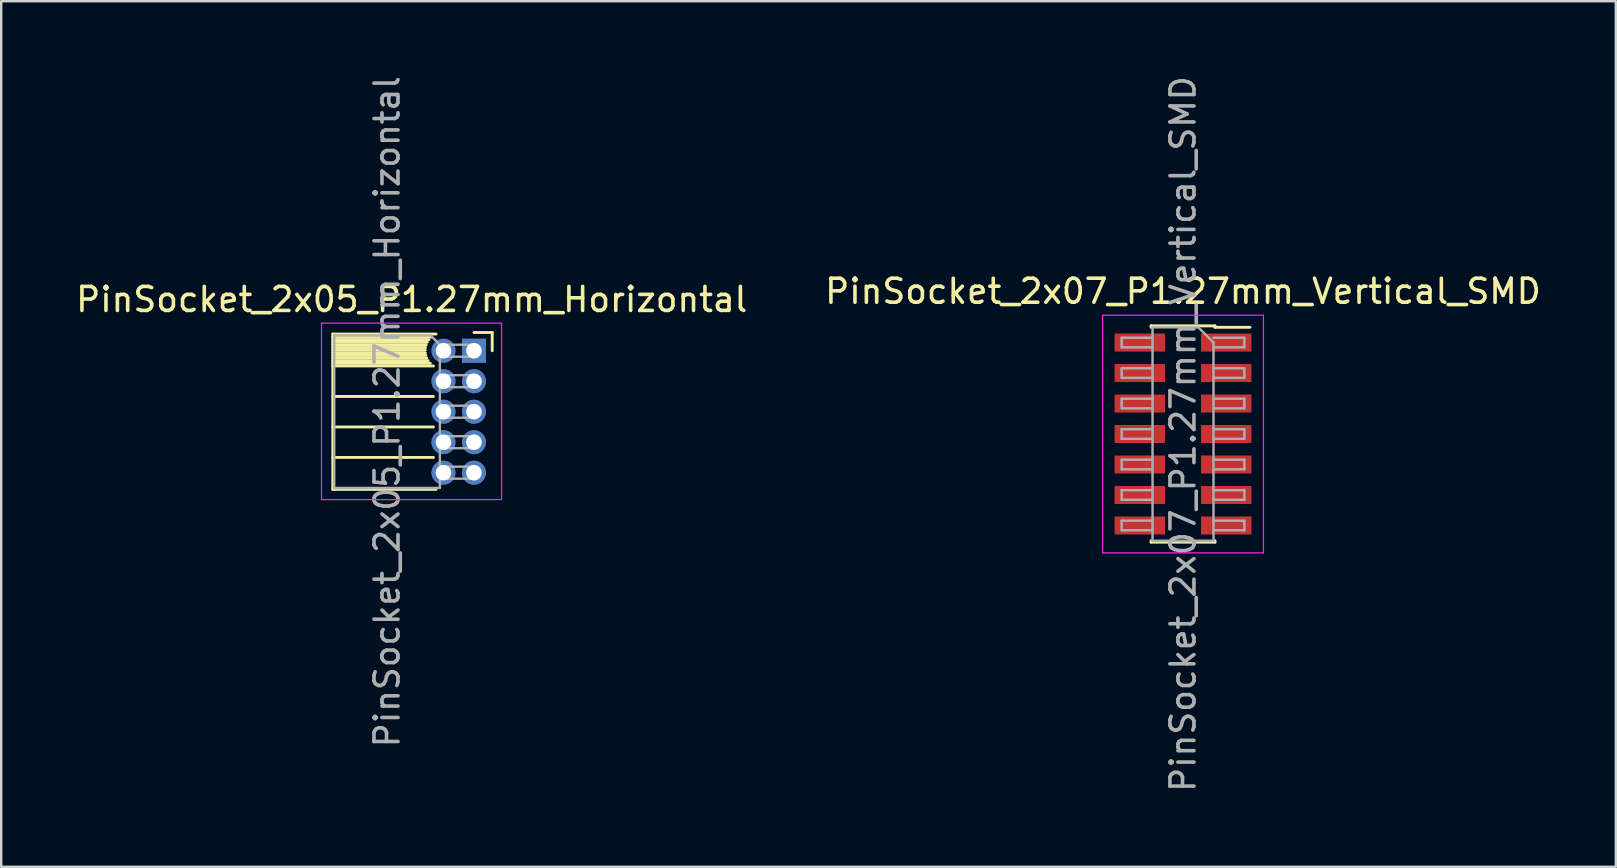
<source format=kicad_pcb>
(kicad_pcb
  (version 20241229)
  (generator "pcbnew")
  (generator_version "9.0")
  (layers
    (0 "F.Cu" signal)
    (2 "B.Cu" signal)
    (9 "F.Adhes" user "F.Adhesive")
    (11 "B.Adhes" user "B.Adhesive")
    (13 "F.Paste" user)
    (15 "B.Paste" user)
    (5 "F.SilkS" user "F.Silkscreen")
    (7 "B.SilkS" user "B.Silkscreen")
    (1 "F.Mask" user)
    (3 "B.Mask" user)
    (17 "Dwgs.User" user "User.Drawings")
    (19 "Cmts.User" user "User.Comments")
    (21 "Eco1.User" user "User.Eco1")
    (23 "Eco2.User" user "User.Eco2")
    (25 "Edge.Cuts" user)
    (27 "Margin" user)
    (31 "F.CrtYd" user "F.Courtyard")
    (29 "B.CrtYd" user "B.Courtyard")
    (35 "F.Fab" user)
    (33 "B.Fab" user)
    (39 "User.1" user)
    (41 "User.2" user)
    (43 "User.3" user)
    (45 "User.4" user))
  (footprint "PinSocket_2x07_P1.27mm_Vertical_SMD"
    (layer "F.Cu")
    (at 46.232 15.03)
    (property "Reference" "PinSocket_2x07_P1.27mm_Vertical_SMD" (at 0 -5.945 0) (layer "F.SilkS") (effects (font (size 1 1) (thickness 0.15))))
    (attr smd)
    (fp_line (start -1.33 -4.505) (end -1.33 -4.445) (stroke (width 0.12) (type solid)) (layer "F.SilkS"))
    (fp_line (start -1.33 -4.505) (end 1.33 -4.505) (stroke (width 0.12) (type solid)) (layer "F.SilkS"))
    (fp_line (start -1.33 4.445) (end -1.33 4.505) (stroke (width 0.12) (type solid)) (layer "F.SilkS"))
    (fp_line (start -1.33 4.505) (end 1.33 4.505) (stroke (width 0.12) (type solid)) (layer "F.SilkS"))
    (fp_line (start 1.33 -4.505) (end 1.33 -4.445) (stroke (width 0.12) (type solid)) (layer "F.SilkS"))
    (fp_line (start 1.33 -4.445) (end 2.79 -4.445) (stroke (width 0.12) (type solid)) (layer "F.SilkS"))
    (fp_line (start 1.33 4.445) (end 1.33 4.505) (stroke (width 0.12) (type solid)) (layer "F.SilkS"))
    (fp_line (start -3.35 -4.95) (end 3.35 -4.95) (stroke (width 0.05) (type solid)) (layer "F.CrtYd"))
    (fp_line (start -3.35 4.95) (end -3.35 -4.95) (stroke (width 0.05) (type solid)) (layer "F.CrtYd"))
    (fp_line (start 3.35 -4.95) (end 3.35 4.95) (stroke (width 0.05) (type solid)) (layer "F.CrtYd"))
    (fp_line (start 3.35 4.95) (end -3.35 4.95) (stroke (width 0.05) (type solid)) (layer "F.CrtYd"))
    (fp_line (start -2.555 -4.01) (end -1.27 -4.01) (stroke (width 0.1) (type solid)) (layer "F.Fab"))
    (fp_line (start -2.555 -3.61) (end -2.555 -4.01) (stroke (width 0.1) (type solid)) (layer "F.Fab"))
    (fp_line (start -2.555 -2.74) (end -1.27 -2.74) (stroke (width 0.1) (type solid)) (layer "F.Fab"))
    (fp_line (start -2.555 -2.34) (end -2.555 -2.74) (stroke (width 0.1) (type solid)) (layer "F.Fab"))
    (fp_line (start -2.555 -1.47) (end -1.27 -1.47) (stroke (width 0.1) (type solid)) (layer "F.Fab"))
    (fp_line (start -2.555 -1.07) (end -2.555 -1.47) (stroke (width 0.1) (type solid)) (layer "F.Fab"))
    (fp_line (start -2.555 -0.2) (end -1.27 -0.2) (stroke (width 0.1) (type solid)) (layer "F.Fab"))
    (fp_line (start -2.555 0.2) (end -2.555 -0.2) (stroke (width 0.1) (type solid)) (layer "F.Fab"))
    (fp_line (start -2.555 1.07) (end -1.27 1.07) (stroke (width 0.1) (type solid)) (layer "F.Fab"))
    (fp_line (start -2.555 1.47) (end -2.555 1.07) (stroke (width 0.1) (type solid)) (layer "F.Fab"))
    (fp_line (start -2.555 2.34) (end -1.27 2.34) (stroke (width 0.1) (type solid)) (layer "F.Fab"))
    (fp_line (start -2.555 2.74) (end -2.555 2.34) (stroke (width 0.1) (type solid)) (layer "F.Fab"))
    (fp_line (start -2.555 3.61) (end -1.27 3.61) (stroke (width 0.1) (type solid)) (layer "F.Fab"))
    (fp_line (start -2.555 4.01) (end -2.555 3.61) (stroke (width 0.1) (type solid)) (layer "F.Fab"))
    (fp_line (start -1.27 -4.445) (end 0.635 -4.445) (stroke (width 0.1) (type solid)) (layer "F.Fab"))
    (fp_line (start -1.27 -3.61) (end -2.555 -3.61) (stroke (width 0.1) (type solid)) (layer "F.Fab"))
    (fp_line (start -1.27 -2.34) (end -2.555 -2.34) (stroke (width 0.1) (type solid)) (layer "F.Fab"))
    (fp_line (start -1.27 -1.07) (end -2.555 -1.07) (stroke (width 0.1) (type solid)) (layer "F.Fab"))
    (fp_line (start -1.27 0.2) (end -2.555 0.2) (stroke (width 0.1) (type solid)) (layer "F.Fab"))
    (fp_line (start -1.27 1.47) (end -2.555 1.47) (stroke (width 0.1) (type solid)) (layer "F.Fab"))
    (fp_line (start -1.27 2.74) (end -2.555 2.74) (stroke (width 0.1) (type solid)) (layer "F.Fab"))
    (fp_line (start -1.27 4.01) (end -2.555 4.01) (stroke (width 0.1) (type solid)) (layer "F.Fab"))
    (fp_line (start -1.27 4.445) (end -1.27 -4.445) (stroke (width 0.1) (type solid)) (layer "F.Fab"))
    (fp_line (start 0.635 -4.445) (end 1.27 -3.81) (stroke (width 0.1) (type solid)) (layer "F.Fab"))
    (fp_line (start 1.27 -4.01) (end 2.555 -4.01) (stroke (width 0.1) (type solid)) (layer "F.Fab"))
    (fp_line (start 1.27 -3.81) (end 1.27 4.445) (stroke (width 0.1) (type solid)) (layer "F.Fab"))
    (fp_line (start 1.27 -2.74) (end 2.555 -2.74) (stroke (width 0.1) (type solid)) (layer "F.Fab"))
    (fp_line (start 1.27 -1.47) (end 2.555 -1.47) (stroke (width 0.1) (type solid)) (layer "F.Fab"))
    (fp_line (start 1.27 -0.2) (end 2.555 -0.2) (stroke (width 0.1) (type solid)) (layer "F.Fab"))
    (fp_line (start 1.27 1.07) (end 2.555 1.07) (stroke (width 0.1) (type solid)) (layer "F.Fab"))
    (fp_line (start 1.27 2.34) (end 2.555 2.34) (stroke (width 0.1) (type solid)) (layer "F.Fab"))
    (fp_line (start 1.27 3.61) (end 2.555 3.61) (stroke (width 0.1) (type solid)) (layer "F.Fab"))
    (fp_line (start 1.27 4.445) (end -1.27 4.445) (stroke (width 0.1) (type solid)) (layer "F.Fab"))
    (fp_line (start 2.555 -4.01) (end 2.555 -3.61) (stroke (width 0.1) (type solid)) (layer "F.Fab"))
    (fp_line (start 2.555 -3.61) (end 1.27 -3.61) (stroke (width 0.1) (type solid)) (layer "F.Fab"))
    (fp_line (start 2.555 -2.74) (end 2.555 -2.34) (stroke (width 0.1) (type solid)) (layer "F.Fab"))
    (fp_line (start 2.555 -2.34) (end 1.27 -2.34) (stroke (width 0.1) (type solid)) (layer "F.Fab"))
    (fp_line (start 2.555 -1.47) (end 2.555 -1.07) (stroke (width 0.1) (type solid)) (layer "F.Fab"))
    (fp_line (start 2.555 -1.07) (end 1.27 -1.07) (stroke (width 0.1) (type solid)) (layer "F.Fab"))
    (fp_line (start 2.555 -0.2) (end 2.555 0.2) (stroke (width 0.1) (type solid)) (layer "F.Fab"))
    (fp_line (start 2.555 0.2) (end 1.27 0.2) (stroke (width 0.1) (type solid)) (layer "F.Fab"))
    (fp_line (start 2.555 1.07) (end 2.555 1.47) (stroke (width 0.1) (type solid)) (layer "F.Fab"))
    (fp_line (start 2.555 1.47) (end 1.27 1.47) (stroke (width 0.1) (type solid)) (layer "F.Fab"))
    (fp_line (start 2.555 2.34) (end 2.555 2.74) (stroke (width 0.1) (type solid)) (layer "F.Fab"))
    (fp_line (start 2.555 2.74) (end 1.27 2.74) (stroke (width 0.1) (type solid)) (layer "F.Fab"))
    (fp_line (start 2.555 3.61) (end 2.555 4.01) (stroke (width 0.1) (type solid)) (layer "F.Fab"))
    (fp_line (start 2.555 4.01) (end 1.27 4.01) (stroke (width 0.1) (type solid)) (layer "F.Fab"))
    (fp_text user "${REFERENCE}" (at 0 0 90) (layer "F.Fab") (effects (font (size 1 1) (thickness 0.15))))
    (pad "1" smd rect (at 1.8 -3.81) (size 2.1 0.75) (layers "F.Cu" "F.Mask" "F.Paste"))
    (pad "2" smd rect (at -1.8 -3.81) (size 2.1 0.75) (layers "F.Cu" "F.Mask" "F.Paste"))
    (pad "3" smd rect (at 1.8 -2.54) (size 2.1 0.75) (layers "F.Cu" "F.Mask" "F.Paste"))
    (pad "4" smd rect (at -1.8 -2.54) (size 2.1 0.75) (layers "F.Cu" "F.Mask" "F.Paste"))
    (pad "5" smd rect (at 1.8 -1.27) (size 2.1 0.75) (layers "F.Cu" "F.Mask" "F.Paste"))
    (pad "6" smd rect (at -1.8 -1.27) (size 2.1 0.75) (layers "F.Cu" "F.Mask" "F.Paste"))
    (pad "7" smd rect (at 1.8 0) (size 2.1 0.75) (layers "F.Cu" "F.Mask" "F.Paste"))
    (pad "8" smd rect (at -1.8 0) (size 2.1 0.75) (layers "F.Cu" "F.Mask" "F.Paste"))
    (pad "9" smd rect (at 1.8 1.27) (size 2.1 0.75) (layers "F.Cu" "F.Mask" "F.Paste"))
    (pad "10" smd rect (at -1.8 1.27) (size 2.1 0.75) (layers "F.Cu" "F.Mask" "F.Paste"))
    (pad "11" smd rect (at 1.8 2.54) (size 2.1 0.75) (layers "F.Cu" "F.Mask" "F.Paste"))
    (pad "12" smd rect (at -1.8 2.54) (size 2.1 0.75) (layers "F.Cu" "F.Mask" "F.Paste"))
    (pad "13" smd rect (at 1.8 3.81) (size 2.1 0.75) (layers "F.Cu" "F.Mask" "F.Paste"))
    (pad "14" smd rect (at -1.8 3.81) (size 2.1 0.75) (layers "F.Cu" "F.Mask" "F.Paste")))
  (footprint "PinSocket_2x05_P1.27mm_Horizontal"
    (layer "F.Cu")
    (at 16.694 11.561)
    (property "Reference" "PinSocket_2x05_P1.27mm_Horizontal" (at -2.592 -2.135 0) (layer "F.SilkS") (effects (font (size 1 1) (thickness 0.15))))
    (attr through_hole)
    (fp_line (start -5.88 -0.695) (end -5.88 5.775) (stroke (width 0.12) (type solid)) (layer "F.SilkS"))
    (fp_line (start -5.88 -0.695) (end -1.578 -0.695) (stroke (width 0.12) (type solid)) (layer "F.SilkS"))
    (fp_line (start -5.88 -0.575) (end -1.767 -0.575) (stroke (width 0.12) (type solid)) (layer "F.SilkS"))
    (fp_line (start -5.88 -0.465) (end -1.871 -0.465) (stroke (width 0.12) (type solid)) (layer "F.SilkS"))
    (fp_line (start -5.88 -0.355) (end -1.942 -0.355) (stroke (width 0.12) (type solid)) (layer "F.SilkS"))
    (fp_line (start -5.88 -0.245) (end -1.989 -0.245) (stroke (width 0.12) (type solid)) (layer "F.SilkS"))
    (fp_line (start -5.88 -0.135) (end -2.018 -0.135) (stroke (width 0.12) (type solid)) (layer "F.SilkS"))
    (fp_line (start -5.88 -0.025) (end -2.03 -0.025) (stroke (width 0.12) (type solid)) (layer "F.SilkS"))
    (fp_line (start -5.88 0.085) (end -2.025 0.085) (stroke (width 0.12) (type solid)) (layer "F.SilkS"))
    (fp_line (start -5.88 0.195) (end -2.005 0.195) (stroke (width 0.12) (type solid)) (layer "F.SilkS"))
    (fp_line (start -5.88 0.305) (end -1.966 0.305) (stroke (width 0.12) (type solid)) (layer "F.SilkS"))
    (fp_line (start -5.88 0.415) (end -1.907 0.415) (stroke (width 0.12) (type solid)) (layer "F.SilkS"))
    (fp_line (start -5.88 0.525) (end -1.82 0.525) (stroke (width 0.12) (type solid)) (layer "F.SilkS"))
    (fp_line (start -5.88 0.635) (end -1.688 0.635) (stroke (width 0.12) (type solid)) (layer "F.SilkS"))
    (fp_line (start -5.88 1.905) (end -1.688 1.905) (stroke (width 0.12) (type solid)) (layer "F.SilkS"))
    (fp_line (start -5.88 3.175) (end -1.688 3.175) (stroke (width 0.12) (type solid)) (layer "F.SilkS"))
    (fp_line (start -5.88 4.445) (end -1.688 4.445) (stroke (width 0.12) (type solid)) (layer "F.SilkS"))
    (fp_line (start -5.88 5.775) (end -1.578 5.775) (stroke (width 0.12) (type solid)) (layer "F.SilkS"))
    (fp_line (start 0 -0.76) (end 0.76 -0.76) (stroke (width 0.12) (type solid)) (layer "F.SilkS"))
    (fp_line (start 0.76 -0.76) (end 0.76 0) (stroke (width 0.12) (type solid)) (layer "F.SilkS"))
    (fp_line (start -6.35 -1.15) (end -6.35 6.2) (stroke (width 0.05) (type solid)) (layer "F.CrtYd"))
    (fp_line (start -6.35 6.2) (end 1.15 6.2) (stroke (width 0.05) (type solid)) (layer "F.CrtYd"))
    (fp_line (start 1.15 -1.15) (end -6.35 -1.15) (stroke (width 0.05) (type solid)) (layer "F.CrtYd"))
    (fp_line (start 1.15 6.2) (end 1.15 -1.15) (stroke (width 0.05) (type solid)) (layer "F.CrtYd"))
    (fp_line (start -5.82 -0.635) (end -1.805 -0.635) (stroke (width 0.1) (type solid)) (layer "F.Fab"))
    (fp_line (start -5.82 5.715) (end -5.82 -0.635) (stroke (width 0.1) (type solid)) (layer "F.Fab"))
    (fp_line (start -1.805 -0.635) (end -1.42 -0.25) (stroke (width 0.1) (type solid)) (layer "F.Fab"))
    (fp_line (start -1.42 -0.25) (end -1.42 5.715) (stroke (width 0.1) (type solid)) (layer "F.Fab"))
    (fp_line (start -1.42 0.25) (end 0 0.25) (stroke (width 0.1) (type solid)) (layer "F.Fab"))
    (fp_line (start -1.42 1.52) (end 0 1.52) (stroke (width 0.1) (type solid)) (layer "F.Fab"))
    (fp_line (start -1.42 2.79) (end 0 2.79) (stroke (width 0.1) (type solid)) (layer "F.Fab"))
    (fp_line (start -1.42 4.06) (end 0 4.06) (stroke (width 0.1) (type solid)) (layer "F.Fab"))
    (fp_line (start -1.42 5.33) (end 0 5.33) (stroke (width 0.1) (type solid)) (layer "F.Fab"))
    (fp_line (start -1.42 5.715) (end -5.82 5.715) (stroke (width 0.1) (type solid)) (layer "F.Fab"))
    (fp_line (start 0 -0.25) (end -1.42 -0.25) (stroke (width 0.1) (type solid)) (layer "F.Fab"))
    (fp_line (start 0 0.25) (end 0 -0.25) (stroke (width 0.1) (type solid)) (layer "F.Fab"))
    (fp_line (start 0 1.02) (end -1.42 1.02) (stroke (width 0.1) (type solid)) (layer "F.Fab"))
    (fp_line (start 0 1.52) (end 0 1.02) (stroke (width 0.1) (type solid)) (layer "F.Fab"))
    (fp_line (start 0 2.29) (end -1.42 2.29) (stroke (width 0.1) (type solid)) (layer "F.Fab"))
    (fp_line (start 0 2.79) (end 0 2.29) (stroke (width 0.1) (type solid)) (layer "F.Fab"))
    (fp_line (start 0 3.56) (end -1.42 3.56) (stroke (width 0.1) (type solid)) (layer "F.Fab"))
    (fp_line (start 0 4.06) (end 0 3.56) (stroke (width 0.1) (type solid)) (layer "F.Fab"))
    (fp_line (start 0 4.83) (end -1.42 4.83) (stroke (width 0.1) (type solid)) (layer "F.Fab"))
    (fp_line (start 0 5.33) (end 0 4.83) (stroke (width 0.1) (type solid)) (layer "F.Fab"))
    (fp_text user "${REFERENCE}" (at -3.62 2.54 90) (layer "F.Fab") (effects (font (size 1 1) (thickness 0.15))))
    (pad "1" thru_hole rect (at 0 0) (size 1 1) (drill 0.65) (layers "*.Cu" "*.Mask"))
    (pad "2" thru_hole oval (at -1.27 0) (size 1 1) (drill 0.65) (layers "*.Cu" "*.Mask"))
    (pad "3" thru_hole oval (at 0 1.27) (size 1 1) (drill 0.65) (layers "*.Cu" "*.Mask"))
    (pad "4" thru_hole oval (at -1.27 1.27) (size 1 1) (drill 0.65) (layers "*.Cu" "*.Mask"))
    (pad "5" thru_hole oval (at 0 2.54) (size 1 1) (drill 0.65) (layers "*.Cu" "*.Mask"))
    (pad "6" thru_hole oval (at -1.27 2.54) (size 1 1) (drill 0.65) (layers "*.Cu" "*.Mask"))
    (pad "7" thru_hole oval (at 0 3.81) (size 1 1) (drill 0.65) (layers "*.Cu" "*.Mask"))
    (pad "8" thru_hole oval (at -1.27 3.81) (size 1 1) (drill 0.65) (layers "*.Cu" "*.Mask"))
    (pad "9" thru_hole oval (at 0 5.08) (size 1 1) (drill 0.65) (layers "*.Cu" "*.Mask"))
    (pad "10" thru_hole oval (at -1.27 5.08) (size 1 1) (drill 0.65) (layers "*.Cu" "*.Mask")))
  (gr_rect
    (start -3 -3)
    (end 64.262 33.06)
    (stroke (width 0.1) (type default))
    (fill no)
    (layer "Edge.Cuts")))
</source>
